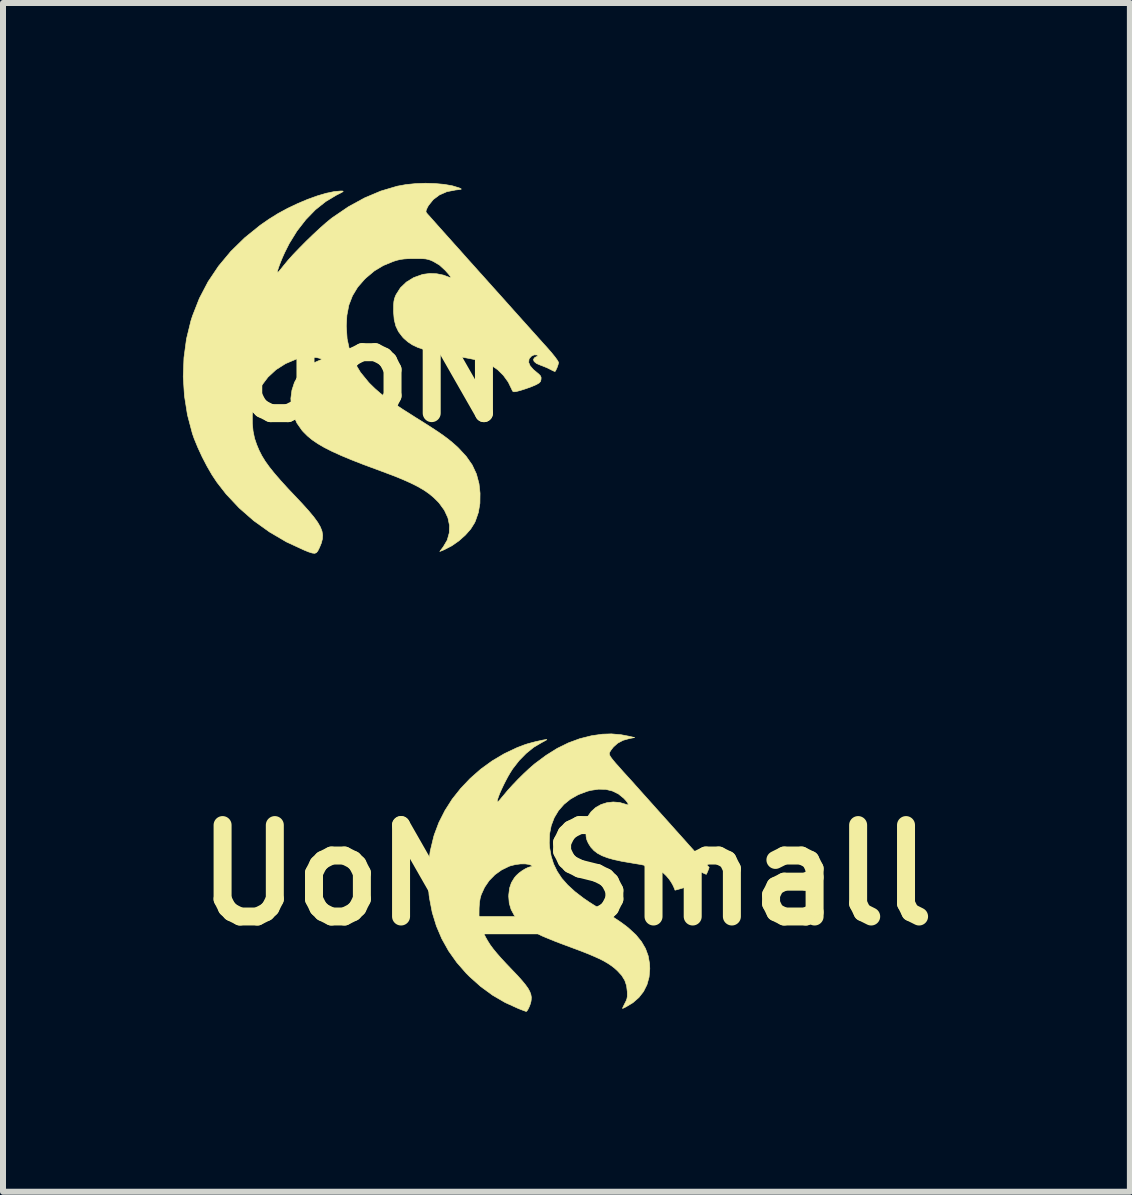
<source format=kicad_pcb>
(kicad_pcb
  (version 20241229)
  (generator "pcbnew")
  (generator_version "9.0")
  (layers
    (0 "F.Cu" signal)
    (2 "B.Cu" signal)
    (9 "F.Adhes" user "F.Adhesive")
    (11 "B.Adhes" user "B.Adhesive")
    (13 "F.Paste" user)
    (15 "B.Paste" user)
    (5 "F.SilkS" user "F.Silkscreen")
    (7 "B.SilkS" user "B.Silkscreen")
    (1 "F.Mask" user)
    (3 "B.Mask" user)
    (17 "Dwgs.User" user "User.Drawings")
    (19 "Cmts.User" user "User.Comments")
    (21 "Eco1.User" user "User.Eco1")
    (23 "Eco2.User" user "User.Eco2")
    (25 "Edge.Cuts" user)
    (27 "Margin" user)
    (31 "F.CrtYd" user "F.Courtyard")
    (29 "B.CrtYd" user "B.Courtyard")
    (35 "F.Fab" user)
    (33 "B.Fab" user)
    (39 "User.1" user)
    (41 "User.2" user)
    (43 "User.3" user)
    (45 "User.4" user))
  (footprint "UoN"
    (layer "F.Cu")
    (at 3.095 3.148)
    (property "Reference" "UoN" (at 0 0 0) (layer "F.SilkS") (effects (font (size 1.524 1.524) (thickness 0.3))))
    (attr through_hole)
    (fp_poly (pts (xy 1.11 -3.138) (xy 1.263 -3.124) (xy 1.398 -3.1) (xy 1.509 -3.066) (xy 1.516 -3.063) (xy 1.54 -3.052) (xy 1.545 -3.045) (xy 1.527 -3.039) (xy 1.481 -3.034) (xy 1.445 -3.03) (xy 1.304 -3.002) (xy 1.181 -2.948) (xy 1.078 -2.871) (xy 0.999 -2.773) (xy 0.981 -2.741) (xy 0.961 -2.696) (xy 0.956 -2.669) (xy 0.967 -2.647) (xy 0.97 -2.644) (xy 0.988 -2.623) (xy 1.027 -2.58) (xy 1.083 -2.517) (xy 1.154 -2.437) (xy 1.237 -2.344) (xy 1.331 -2.239) (xy 1.432 -2.126) (xy 1.539 -2.007) (xy 1.647 -1.885) (xy 1.756 -1.764) (xy 1.862 -1.645) (xy 1.88 -1.626) (xy 2.064 -1.42) (xy 2.241 -1.223) (xy 2.407 -1.037) (xy 2.561 -0.865) (xy 2.7 -0.71) (xy 2.822 -0.574) (xy 2.925 -0.459) (xy 2.968 -0.412) (xy 3.046 -0.323) (xy 3.106 -0.249) (xy 3.146 -0.194) (xy 3.165 -0.16) (xy 3.167 -0.153) (xy 3.159 -0.118) (xy 3.142 -0.069) (xy 3.121 -0.024) (xy 3.108 -0.004) (xy 3.092 -0.009) (xy 3.056 -0.026) (xy 3.029 -0.04) (xy 2.967 -0.07) (xy 2.895 -0.099) (xy 2.866 -0.11) (xy 2.8 -0.138) (xy 2.76 -0.171) (xy 2.748 -0.205) (xy 2.767 -0.235) (xy 2.8 -0.253) (xy 2.825 -0.265) (xy 2.819 -0.274) (xy 2.806 -0.28) (xy 2.76 -0.282) (xy 2.714 -0.26) (xy 2.68 -0.221) (xy 2.675 -0.211) (xy 2.669 -0.156) (xy 2.693 -0.099) (xy 2.748 -0.036) (xy 2.791 -0.000343) (xy 2.839 0.04) (xy 2.866 0.069) (xy 2.876 0.096) (xy 2.875 0.124) (xy 2.867 0.16) (xy 2.844 0.186) (xy 2.798 0.213) (xy 2.794 0.215) (xy 2.717 0.248) (xy 2.623 0.282) (xy 2.529 0.312) (xy 2.46 0.33) (xy 2.421 0.334) (xy 2.4 0.322) (xy 2.387 0.293) (xy 2.329 0.173) (xy 2.248 0.061) (xy 2.151 -0.035) (xy 2.046 -0.107) (xy 2.027 -0.117) (xy 1.969 -0.143) (xy 1.91 -0.165) (xy 1.844 -0.185) (xy 1.766 -0.204) (xy 1.671 -0.223) (xy 1.552 -0.245) (xy 1.406 -0.269) (xy 1.397 -0.27) (xy 1.212 -0.302) (xy 1.057 -0.335) (xy 0.927 -0.369) (xy 0.82 -0.406) (xy 0.731 -0.448) (xy 0.657 -0.497) (xy 0.593 -0.552) (xy 0.567 -0.579) (xy 0.499 -0.668) (xy 0.454 -0.762) (xy 0.427 -0.87) (xy 0.416 -0.999) (xy 0.416 -1.024) (xy 0.417 -1.107) (xy 0.421 -1.167) (xy 0.43 -1.214) (xy 0.446 -1.259) (xy 0.459 -1.287) (xy 0.531 -1.4) (xy 0.63 -1.495) (xy 0.752 -1.57) (xy 0.895 -1.621) (xy 0.912 -1.625) (xy 1.021 -1.639) (xy 1.137 -1.634) (xy 1.246 -1.612) (xy 1.292 -1.595) (xy 1.337 -1.578) (xy 1.366 -1.572) (xy 1.372 -1.575) (xy 1.361 -1.593) (xy 1.332 -1.63) (xy 1.291 -1.676) (xy 1.279 -1.69) (xy 1.183 -1.778) (xy 1.08 -1.839) (xy 1.033 -1.86) (xy 0.993 -1.873) (xy 0.95 -1.882) (xy 0.896 -1.886) (xy 0.823 -1.887) (xy 0.762 -1.887) (xy 0.665 -1.886) (xy 0.592 -1.881) (xy 0.531 -1.873) (xy 0.473 -1.859) (xy 0.415 -1.841) (xy 0.247 -1.772) (xy 0.098 -1.683) (xy -0.042 -1.566) (xy -0.068 -1.541) (xy -0.183 -1.409) (xy -0.269 -1.267) (xy -0.329 -1.112) (xy -0.362 -0.94) (xy -0.372 -0.762) (xy -0.358 -0.549) (xy -0.315 -0.351) (xy -0.241 -0.166) (xy -0.136 0.009) (xy 0.001 0.177) (xy 0.024 0.201) (xy 0.105 0.28) (xy 0.197 0.36) (xy 0.303 0.443) (xy 0.427 0.531) (xy 0.572 0.628) (xy 0.744 0.737) (xy 0.77 0.754) (xy 0.924 0.85) (xy 1.052 0.932) (xy 1.159 1.002) (xy 1.249 1.065) (xy 1.326 1.122) (xy 1.393 1.177) (xy 1.456 1.232) (xy 1.493 1.266) (xy 1.626 1.409) (xy 1.727 1.553) (xy 1.798 1.705) (xy 1.841 1.867) (xy 1.858 2.024) (xy 1.856 2.193) (xy 1.83 2.346) (xy 1.78 2.49) (xy 1.766 2.52) (xy 1.702 2.622) (xy 1.613 2.723) (xy 1.505 2.819) (xy 1.386 2.902) (xy 1.262 2.966) (xy 1.232 2.979) (xy 1.187 2.996) (xy 1.245 2.919) (xy 1.311 2.807) (xy 1.345 2.686) (xy 1.349 2.561) (xy 1.322 2.434) (xy 1.264 2.309) (xy 1.177 2.189) (xy 1.156 2.166) (xy 1.086 2.097) (xy 1.009 2.033) (xy 0.922 1.973) (xy 0.821 1.914) (xy 0.703 1.855) (xy 0.564 1.793) (xy 0.4 1.727) (xy 0.208 1.655) (xy 0.152 1.634) (xy -0.081 1.548) (xy -0.283 1.469) (xy -0.458 1.396) (xy -0.608 1.328) (xy -0.737 1.263) (xy -0.846 1.199) (xy -0.939 1.136) (xy -1.018 1.071) (xy -1.085 1.004) (xy -1.108 0.979) (xy -1.195 0.855) (xy -1.254 0.722) (xy -1.288 0.583) (xy -1.296 0.443) (xy -1.278 0.307) (xy -1.236 0.178) (xy -1.171 0.061) (xy -1.082 -0.039) (xy -0.971 -0.119) (xy -0.943 -0.133) (xy -0.885 -0.161) (xy -0.834 -0.184) (xy -0.804 -0.196) (xy -0.783 -0.205) (xy -0.789 -0.214) (xy -0.813 -0.224) (xy -0.868 -0.237) (xy -0.944 -0.243) (xy -1.031 -0.241) (xy -1.117 -0.232) (xy -1.191 -0.216) (xy -1.202 -0.213) (xy -1.384 -0.136) (xy -1.543 -0.035) (xy -1.678 0.09) (xy -1.789 0.237) (xy -1.874 0.404) (xy -1.907 0.5) (xy -1.929 0.604) (xy -1.939 0.728) (xy -1.938 0.861) (xy -1.926 0.989) (xy -1.903 1.101) (xy -1.899 1.117) (xy -1.865 1.216) (xy -1.826 1.309) (xy -1.78 1.4) (xy -1.723 1.493) (xy -1.653 1.59) (xy -1.568 1.696) (xy -1.465 1.815) (xy -1.342 1.95) (xy -1.232 2.066) (xy -1.102 2.204) (xy -0.996 2.322) (xy -0.912 2.423) (xy -0.848 2.511) (xy -0.804 2.588) (xy -0.777 2.657) (xy -0.766 2.723) (xy -0.77 2.787) (xy -0.787 2.854) (xy -0.816 2.925) (xy -0.824 2.942) (xy -0.847 2.988) (xy -0.87 3.016) (xy -0.899 3.027) (xy -0.941 3.022) (xy -1.001 3.003) (xy -1.075 2.973) (xy -1.371 2.836) (xy -1.652 2.671) (xy -1.916 2.482) (xy -2.158 2.27) (xy -2.375 2.039) (xy -2.527 1.844) (xy -2.609 1.721) (xy -2.693 1.576) (xy -2.774 1.42) (xy -2.847 1.262) (xy -2.908 1.114) (xy -2.938 1.028) (xy -3.02 0.717) (xy -3.07 0.4) (xy -3.09 0.082) (xy -3.078 -0.235) (xy -3.036 -0.547) (xy -2.962 -0.85) (xy -2.936 -0.931) (xy -2.821 -1.224) (xy -2.676 -1.501) (xy -2.501 -1.762) (xy -2.297 -2.007) (xy -2.065 -2.234) (xy -1.805 -2.444) (xy -1.659 -2.545) (xy -1.51 -2.638) (xy -1.349 -2.725) (xy -1.183 -2.804) (xy -1.017 -2.874) (xy -0.856 -2.932) (xy -0.707 -2.976) (xy -0.573 -3.004) (xy -0.461 -3.014) (xy -0.46 -3.014) (xy -0.433 -3.013) (xy -0.423 -3.009) (xy -0.435 -2.998) (xy -0.471 -2.978) (xy -0.534 -2.946) (xy -0.535 -2.946) (xy -0.715 -2.838) (xy -0.887 -2.701) (xy -1.047 -2.536) (xy -1.194 -2.347) (xy -1.323 -2.138) (xy -1.396 -1.993) (xy -1.435 -1.907) (xy -1.469 -1.824) (xy -1.496 -1.752) (xy -1.515 -1.694) (xy -1.522 -1.659) (xy -1.521 -1.651) (xy -1.508 -1.66) (xy -1.48 -1.691) (xy -1.441 -1.739) (xy -1.413 -1.774) (xy -1.344 -1.858) (xy -1.255 -1.957) (xy -1.151 -2.065) (xy -1.039 -2.178) (xy -0.923 -2.29) (xy -0.811 -2.394) (xy -0.708 -2.485) (xy -0.62 -2.557) (xy -0.605 -2.568) (xy -0.338 -2.75) (xy -0.068 -2.898) (xy 0.204 -3.013) (xy 0.477 -3.094) (xy 0.478 -3.094) (xy 0.625 -3.121) (xy 0.784 -3.137) (xy 0.948 -3.143) (xy 1.11 -3.138)) (stroke (width 0.01) (type solid)) (fill yes) (layer "F.SilkS")))
  (footprint "UoN_Small"
    (layer "F.Cu")
    (at 6.394 11.54)
    (property "Reference" "UoN_Small" (at 0 0 0) (layer "F.SilkS") (effects (font (size 1.524 1.524) (thickness 0.3))))
    (attr through_hole)
    (fp_poly (pts (xy 0.91 -2.341) (xy 1.041 -2.316) (xy 1.137 -2.294) (xy 1.052 -2.278) (xy 0.944 -2.248) (xy 0.855 -2.201) (xy 0.783 -2.137) (xy 0.745 -2.088) (xy 0.733 -2.07) (xy 0.723 -2.054) (xy 0.716 -2.039) (xy 0.714 -2.024) (xy 0.718 -2.005) (xy 0.729 -1.982) (xy 0.749 -1.953) (xy 0.778 -1.916) (xy 0.818 -1.868) (xy 0.871 -1.809) (xy 0.936 -1.735) (xy 1.016 -1.647) (xy 1.099 -1.556) (xy 1.146 -1.503) (xy 1.205 -1.437) (xy 1.272 -1.362) (xy 1.342 -1.284) (xy 1.41 -1.208) (xy 1.429 -1.187) (xy 1.5 -1.107) (xy 1.579 -1.019) (xy 1.66 -0.929) (xy 1.736 -0.844) (xy 1.802 -0.77) (xy 1.809 -0.762) (xy 1.87 -0.694) (xy 1.932 -0.625) (xy 1.992 -0.558) (xy 2.043 -0.5) (xy 2.082 -0.457) (xy 2.173 -0.356) (xy 2.247 -0.273) (xy 2.305 -0.208) (xy 2.341 -0.169) (xy 2.379 -0.128) (xy 2.357 -0.07) (xy 2.343 -0.037) (xy 2.333 -0.016) (xy 2.331 -0.013) (xy 2.318 -0.018) (xy 2.288 -0.031) (xy 2.249 -0.05) (xy 2.246 -0.051) (xy 2.203 -0.07) (xy 2.167 -0.084) (xy 2.146 -0.089) (xy 2.146 -0.089) (xy 2.116 -0.098) (xy 2.088 -0.119) (xy 2.071 -0.144) (xy 2.07 -0.152) (xy 2.08 -0.175) (xy 2.104 -0.186) (xy 2.124 -0.182) (xy 2.132 -0.184) (xy 2.131 -0.192) (xy 2.114 -0.208) (xy 2.084 -0.214) (xy 2.049 -0.208) (xy 2.021 -0.192) (xy 2.02 -0.191) (xy 1.995 -0.151) (xy 1.994 -0.108) (xy 2.016 -0.062) (xy 2.061 -0.017) (xy 2.078 -0.005) (xy 2.128 0.036) (xy 2.153 0.072) (xy 2.154 0.104) (xy 2.138 0.127) (xy 2.111 0.145) (xy 2.066 0.167) (xy 2.008 0.191) (xy 1.946 0.213) (xy 1.884 0.231) (xy 1.877 0.233) (xy 1.81 0.251) (xy 1.787 0.194) (xy 1.767 0.153) (xy 1.738 0.105) (xy 1.709 0.064) (xy 1.664 0.011) (xy 1.617 -0.034) (xy 1.564 -0.072) (xy 1.503 -0.104) (xy 1.43 -0.131) (xy 1.341 -0.155) (xy 1.235 -0.178) (xy 1.107 -0.199) (xy 1.079 -0.204) (xy 0.926 -0.23) (xy 0.795 -0.258) (xy 0.685 -0.289) (xy 0.593 -0.324) (xy 0.518 -0.364) (xy 0.457 -0.411) (xy 0.408 -0.464) (xy 0.368 -0.526) (xy 0.359 -0.544) (xy 0.344 -0.577) (xy 0.334 -0.607) (xy 0.328 -0.639) (xy 0.325 -0.682) (xy 0.324 -0.741) (xy 0.324 -0.768) (xy 0.324 -0.836) (xy 0.327 -0.884) (xy 0.331 -0.918) (xy 0.339 -0.946) (xy 0.351 -0.972) (xy 0.353 -0.975) (xy 0.412 -1.059) (xy 0.487 -1.127) (xy 0.576 -1.177) (xy 0.674 -1.208) (xy 0.779 -1.22) (xy 0.887 -1.211) (xy 0.994 -1.18) (xy 1.006 -1.175) (xy 1.026 -1.172) (xy 1.03 -1.183) (xy 1.018 -1.208) (xy 0.992 -1.242) (xy 0.956 -1.281) (xy 0.866 -1.354) (xy 0.765 -1.403) (xy 0.655 -1.43) (xy 0.534 -1.433) (xy 0.402 -1.413) (xy 0.343 -1.397) (xy 0.197 -1.342) (xy 0.068 -1.269) (xy -0.042 -1.18) (xy -0.133 -1.076) (xy -0.204 -0.958) (xy -0.254 -0.827) (xy -0.282 -0.686) (xy -0.287 -0.536) (xy -0.281 -0.459) (xy -0.256 -0.318) (xy -0.215 -0.187) (xy -0.156 -0.065) (xy -0.079 0.052) (xy 0.02 0.164) (xy 0.14 0.274) (xy 0.283 0.384) (xy 0.375 0.447) (xy 0.402 0.464) (xy 0.447 0.493) (xy 0.504 0.528) (xy 0.567 0.568) (xy 0.616 0.598) (xy 0.723 0.665) (xy 0.812 0.722) (xy 0.885 0.77) (xy 0.946 0.814) (xy 1 0.854) (xy 1.041 0.888) (xy 1.158 0.996) (xy 1.249 1.107) (xy 1.317 1.223) (xy 1.362 1.345) (xy 1.385 1.475) (xy 1.389 1.562) (xy 1.377 1.7) (xy 1.342 1.826) (xy 1.285 1.94) (xy 1.207 2.04) (xy 1.107 2.127) (xy 0.994 2.195) (xy 0.962 2.211) (xy 0.939 2.221) (xy 0.935 2.223) (xy 0.937 2.212) (xy 0.95 2.185) (xy 0.969 2.146) (xy 0.974 2.137) (xy 0.996 2.093) (xy 1.008 2.059) (xy 1.014 2.026) (xy 1.015 1.984) (xy 1.014 1.943) (xy 1.002 1.843) (xy 0.972 1.755) (xy 0.922 1.673) (xy 0.849 1.594) (xy 0.844 1.589) (xy 0.797 1.547) (xy 0.747 1.509) (xy 0.692 1.472) (xy 0.629 1.435) (xy 0.555 1.397) (xy 0.469 1.358) (xy 0.368 1.315) (xy 0.249 1.268) (xy 0.11 1.216) (xy 0 1.175) (xy -0.091 1.141) (xy -0.183 1.106) (xy -0.269 1.071) (xy -0.345 1.04) (xy -0.406 1.014) (xy -0.429 1.003) (xy -0.575 0.926) (xy -0.698 0.845) (xy -0.796 0.759) (xy -0.871 0.669) (xy -0.923 0.572) (xy -0.954 0.468) (xy -0.963 0.356) (xy -0.962 0.326) (xy -0.949 0.218) (xy -0.918 0.126) (xy -0.868 0.044) (xy -0.837 0.007) (xy -0.794 -0.033) (xy -0.742 -0.072) (xy -0.688 -0.105) (xy -0.638 -0.129) (xy -0.599 -0.14) (xy -0.595 -0.14) (xy -0.574 -0.144) (xy -0.574 -0.154) (xy -0.592 -0.167) (xy -0.625 -0.179) (xy -0.69 -0.188) (xy -0.768 -0.187) (xy -0.852 -0.176) (xy -0.932 -0.156) (xy -0.956 -0.148) (xy -1.081 -0.087) (xy -1.193 -0.007) (xy -1.289 0.091) (xy -1.366 0.204) (xy -1.423 0.329) (xy -1.423 0.33) (xy -1.439 0.387) (xy -1.45 0.452) (xy -1.456 0.533) (xy -1.457 0.559) (xy -1.458 0.669) (xy -1.448 0.764) (xy -1.426 0.853) (xy -1.391 0.945) (xy -1.379 0.972) (xy -1.347 1.037) (xy -1.311 1.1) (xy -1.271 1.163) (xy -1.222 1.229) (xy -1.164 1.3) (xy -1.094 1.38) (xy -1.009 1.472) (xy -0.908 1.578) (xy -0.816 1.674) (xy -0.742 1.757) (xy -0.685 1.826) (xy -0.641 1.887) (xy -0.612 1.94) (xy -0.594 1.988) (xy -0.586 2.034) (xy -0.588 2.08) (xy -0.593 2.112) (xy -0.605 2.154) (xy -0.622 2.197) (xy -0.641 2.236) (xy -0.659 2.264) (xy -0.671 2.273) (xy -0.686 2.268) (xy -0.719 2.256) (xy -0.764 2.239) (xy -0.802 2.224) (xy -1.024 2.123) (xy -1.233 2.001) (xy -1.43 1.857) (xy -1.616 1.691) (xy -1.67 1.637) (xy -1.829 1.455) (xy -1.965 1.263) (xy -2.078 1.061) (xy -2.169 0.847) (xy -2.238 0.622) (xy -2.284 0.383) (xy -2.291 0.332) (xy -2.31 0.087) (xy -2.304 -0.157) (xy -2.272 -0.398) (xy -2.215 -0.635) (xy -2.204 -0.673) (xy -2.127 -0.878) (xy -2.026 -1.077) (xy -1.905 -1.267) (xy -1.763 -1.446) (xy -1.604 -1.613) (xy -1.429 -1.767) (xy -1.24 -1.904) (xy -1.038 -2.024) (xy -0.825 -2.125) (xy -0.705 -2.171) (xy -0.654 -2.188) (xy -0.592 -2.205) (xy -0.524 -2.223) (xy -0.457 -2.238) (xy -0.397 -2.251) (xy -0.351 -2.259) (xy -0.328 -2.261) (xy -0.332 -2.255) (xy -0.355 -2.242) (xy -0.392 -2.222) (xy -0.414 -2.21) (xy -0.546 -2.132) (xy -0.672 -2.03) (xy -0.79 -1.91) (xy -0.895 -1.775) (xy -0.901 -1.766) (xy -0.938 -1.708) (xy -0.976 -1.643) (xy -1.013 -1.573) (xy -1.049 -1.502) (xy -1.082 -1.432) (xy -1.111 -1.367) (xy -1.133 -1.31) (xy -1.148 -1.265) (xy -1.155 -1.234) (xy -1.151 -1.22) (xy -1.146 -1.221) (xy -1.133 -1.232) (xy -1.108 -1.259) (xy -1.076 -1.298) (xy -1.046 -1.333) (xy -0.978 -1.415) (xy -0.896 -1.505) (xy -0.807 -1.598) (xy -0.715 -1.689) (xy -0.625 -1.773) (xy -0.545 -1.843) (xy -0.527 -1.858) (xy -0.34 -1.997) (xy -0.155 -2.113) (xy 0.032 -2.205) (xy 0.222 -2.275) (xy 0.417 -2.324) (xy 0.597 -2.35) (xy 0.749 -2.355) (xy 0.91 -2.341)) (stroke (width 0.01) (type solid)) (fill yes) (layer "F.SilkS")))
  (gr_rect
    (start -3 -3)
    (end 15.787 16.818)
    (stroke (width 0.1) (type default))
    (fill no)
    (layer "Edge.Cuts")))
</source>
